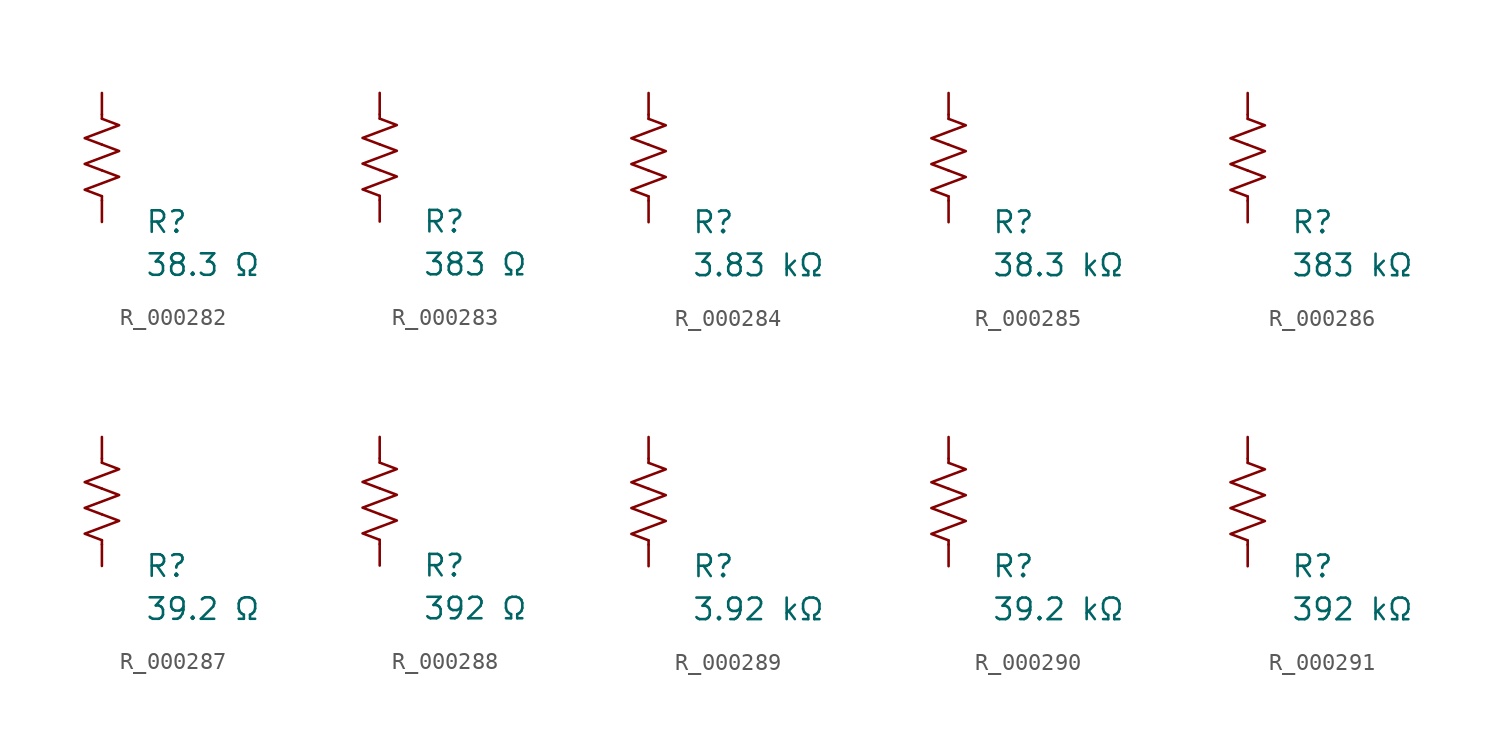
<source format=kicad_sym>
(kicad_symbol_lib
  (version 20231120)
  (generator "kicad_symbol_editor")
  (generator_version "8.0")
  (symbol "R_000282"
    (pin_numbers hide)
    (pin_names
      (offset 0))
    (property "Reference" "R"
      (at 2.54 -3.81 0)
      (effects (font (size 1.27 1.27)) (justify left))
      (show_name no))
    (property "Value" "38.3 Ω"
      (at 2.54 -6.35 0)
      (effects (font (size 1.27 1.27)) (justify left))
      (show_name no))
    (symbol "R_000282_0_1"
      (polyline (pts (xy 0 -2.286) (xy 0 -2.54)) (stroke (width 0) (type default)) (fill (type none)))
      (polyline (pts (xy 0 2.286) (xy 0 2.54)) (stroke (width 0) (type default)) (fill (type none)))
      (polyline (pts (xy 0 -0.762) (xy 1.016 -1.143) (xy 0 -1.524) (xy -1.016 -1.905) (xy 0 -2.286)) (stroke (width 0) (type default)) (fill (type none)))
      (polyline (pts (xy 0 0.762) (xy 1.016 0.381) (xy 0 0) (xy -1.016 -0.381) (xy 0 -0.762)) (stroke (width 0) (type default)) (fill (type none)))
      (polyline (pts (xy 0 2.286) (xy 1.016 1.905) (xy 0 1.524) (xy -1.016 1.143) (xy 0 0.762)) (stroke (width 0) (type default)) (fill (type none))))
    (symbol "R_000282_1_1"
      (pin passive line (at 0 3.81 270) (length 1.27) (name "~" (effects (font (size 1.27 1.27)))) (number "1" (effects (font (size 1.27 1.27)))))
      (pin passive line (at 0 -3.81 90) (length 1.27) (name "~" (effects (font (size 1.27 1.27)))) (number "2" (effects (font (size 1.27 1.27)))))))
  (symbol "R_000283"
    (pin_numbers hide)
    (pin_names
      (offset 0))
    (property "Reference" "R"
      (at 2.54 -3.81 0)
      (effects (font (size 1.27 1.27)) (justify left))
      (show_name no))
    (property "Value" "383 Ω"
      (at 2.54 -6.35 0)
      (effects (font (size 1.27 1.27)) (justify left))
      (show_name no))
    (symbol "R_000283_0_1"
      (polyline (pts (xy 0 -2.286) (xy 0 -2.54)) (stroke (width 0) (type default)) (fill (type none)))
      (polyline (pts (xy 0 2.286) (xy 0 2.54)) (stroke (width 0) (type default)) (fill (type none)))
      (polyline (pts (xy 0 -0.762) (xy 1.016 -1.143) (xy 0 -1.524) (xy -1.016 -1.905) (xy 0 -2.286)) (stroke (width 0) (type default)) (fill (type none)))
      (polyline (pts (xy 0 0.762) (xy 1.016 0.381) (xy 0 0) (xy -1.016 -0.381) (xy 0 -0.762)) (stroke (width 0) (type default)) (fill (type none)))
      (polyline (pts (xy 0 2.286) (xy 1.016 1.905) (xy 0 1.524) (xy -1.016 1.143) (xy 0 0.762)) (stroke (width 0) (type default)) (fill (type none))))
    (symbol "R_000283_1_1"
      (pin passive line (at 0 3.81 270) (length 1.27) (name "~" (effects (font (size 1.27 1.27)))) (number "1" (effects (font (size 1.27 1.27)))))
      (pin passive line (at 0 -3.81 90) (length 1.27) (name "~" (effects (font (size 1.27 1.27)))) (number "2" (effects (font (size 1.27 1.27)))))))
  (symbol "R_000284"
    (pin_numbers hide)
    (pin_names
      (offset 0))
    (property "Reference" "R"
      (at 2.54 -3.81 0)
      (effects (font (size 1.27 1.27)) (justify left))
      (show_name no))
    (property "Value" "3.83 kΩ"
      (at 2.54 -6.35 0)
      (effects (font (size 1.27 1.27)) (justify left))
      (show_name no))
    (symbol "R_000284_0_1"
      (polyline (pts (xy 0 -2.286) (xy 0 -2.54)) (stroke (width 0) (type default)) (fill (type none)))
      (polyline (pts (xy 0 2.286) (xy 0 2.54)) (stroke (width 0) (type default)) (fill (type none)))
      (polyline (pts (xy 0 -0.762) (xy 1.016 -1.143) (xy 0 -1.524) (xy -1.016 -1.905) (xy 0 -2.286)) (stroke (width 0) (type default)) (fill (type none)))
      (polyline (pts (xy 0 0.762) (xy 1.016 0.381) (xy 0 0) (xy -1.016 -0.381) (xy 0 -0.762)) (stroke (width 0) (type default)) (fill (type none)))
      (polyline (pts (xy 0 2.286) (xy 1.016 1.905) (xy 0 1.524) (xy -1.016 1.143) (xy 0 0.762)) (stroke (width 0) (type default)) (fill (type none))))
    (symbol "R_000284_1_1"
      (pin passive line (at 0 3.81 270) (length 1.27) (name "~" (effects (font (size 1.27 1.27)))) (number "1" (effects (font (size 1.27 1.27)))))
      (pin passive line (at 0 -3.81 90) (length 1.27) (name "~" (effects (font (size 1.27 1.27)))) (number "2" (effects (font (size 1.27 1.27)))))))
  (symbol "R_000285"
    (pin_numbers hide)
    (pin_names
      (offset 0))
    (property "Reference" "R"
      (at 2.54 -3.81 0)
      (effects (font (size 1.27 1.27)) (justify left))
      (show_name no))
    (property "Value" "38.3 kΩ"
      (at 2.54 -6.35 0)
      (effects (font (size 1.27 1.27)) (justify left))
      (show_name no))
    (symbol "R_000285_0_1"
      (polyline (pts (xy 0 -2.286) (xy 0 -2.54)) (stroke (width 0) (type default)) (fill (type none)))
      (polyline (pts (xy 0 2.286) (xy 0 2.54)) (stroke (width 0) (type default)) (fill (type none)))
      (polyline (pts (xy 0 -0.762) (xy 1.016 -1.143) (xy 0 -1.524) (xy -1.016 -1.905) (xy 0 -2.286)) (stroke (width 0) (type default)) (fill (type none)))
      (polyline (pts (xy 0 0.762) (xy 1.016 0.381) (xy 0 0) (xy -1.016 -0.381) (xy 0 -0.762)) (stroke (width 0) (type default)) (fill (type none)))
      (polyline (pts (xy 0 2.286) (xy 1.016 1.905) (xy 0 1.524) (xy -1.016 1.143) (xy 0 0.762)) (stroke (width 0) (type default)) (fill (type none))))
    (symbol "R_000285_1_1"
      (pin passive line (at 0 3.81 270) (length 1.27) (name "~" (effects (font (size 1.27 1.27)))) (number "1" (effects (font (size 1.27 1.27)))))
      (pin passive line (at 0 -3.81 90) (length 1.27) (name "~" (effects (font (size 1.27 1.27)))) (number "2" (effects (font (size 1.27 1.27)))))))
  (symbol "R_000286"
    (pin_numbers hide)
    (pin_names
      (offset 0))
    (property "Reference" "R"
      (at 2.54 -3.81 0)
      (effects (font (size 1.27 1.27)) (justify left))
      (show_name no))
    (property "Value" "383 kΩ"
      (at 2.54 -6.35 0)
      (effects (font (size 1.27 1.27)) (justify left))
      (show_name no))
    (symbol "R_000286_0_1"
      (polyline (pts (xy 0 -2.286) (xy 0 -2.54)) (stroke (width 0) (type default)) (fill (type none)))
      (polyline (pts (xy 0 2.286) (xy 0 2.54)) (stroke (width 0) (type default)) (fill (type none)))
      (polyline (pts (xy 0 -0.762) (xy 1.016 -1.143) (xy 0 -1.524) (xy -1.016 -1.905) (xy 0 -2.286)) (stroke (width 0) (type default)) (fill (type none)))
      (polyline (pts (xy 0 0.762) (xy 1.016 0.381) (xy 0 0) (xy -1.016 -0.381) (xy 0 -0.762)) (stroke (width 0) (type default)) (fill (type none)))
      (polyline (pts (xy 0 2.286) (xy 1.016 1.905) (xy 0 1.524) (xy -1.016 1.143) (xy 0 0.762)) (stroke (width 0) (type default)) (fill (type none))))
    (symbol "R_000286_1_1"
      (pin passive line (at 0 3.81 270) (length 1.27) (name "~" (effects (font (size 1.27 1.27)))) (number "1" (effects (font (size 1.27 1.27)))))
      (pin passive line (at 0 -3.81 90) (length 1.27) (name "~" (effects (font (size 1.27 1.27)))) (number "2" (effects (font (size 1.27 1.27)))))))
  (symbol "R_000287"
    (pin_numbers hide)
    (pin_names
      (offset 0))
    (property "Reference" "R"
      (at 2.54 -3.81 0)
      (effects (font (size 1.27 1.27)) (justify left))
      (show_name no))
    (property "Value" "39.2 Ω"
      (at 2.54 -6.35 0)
      (effects (font (size 1.27 1.27)) (justify left))
      (show_name no))
    (symbol "R_000287_0_1"
      (polyline (pts (xy 0 -2.286) (xy 0 -2.54)) (stroke (width 0) (type default)) (fill (type none)))
      (polyline (pts (xy 0 2.286) (xy 0 2.54)) (stroke (width 0) (type default)) (fill (type none)))
      (polyline (pts (xy 0 -0.762) (xy 1.016 -1.143) (xy 0 -1.524) (xy -1.016 -1.905) (xy 0 -2.286)) (stroke (width 0) (type default)) (fill (type none)))
      (polyline (pts (xy 0 0.762) (xy 1.016 0.381) (xy 0 0) (xy -1.016 -0.381) (xy 0 -0.762)) (stroke (width 0) (type default)) (fill (type none)))
      (polyline (pts (xy 0 2.286) (xy 1.016 1.905) (xy 0 1.524) (xy -1.016 1.143) (xy 0 0.762)) (stroke (width 0) (type default)) (fill (type none))))
    (symbol "R_000287_1_1"
      (pin passive line (at 0 3.81 270) (length 1.27) (name "~" (effects (font (size 1.27 1.27)))) (number "1" (effects (font (size 1.27 1.27)))))
      (pin passive line (at 0 -3.81 90) (length 1.27) (name "~" (effects (font (size 1.27 1.27)))) (number "2" (effects (font (size 1.27 1.27)))))))
  (symbol "R_000288"
    (pin_numbers hide)
    (pin_names
      (offset 0))
    (property "Reference" "R"
      (at 2.54 -3.81 0)
      (effects (font (size 1.27 1.27)) (justify left))
      (show_name no))
    (property "Value" "392 Ω"
      (at 2.54 -6.35 0)
      (effects (font (size 1.27 1.27)) (justify left))
      (show_name no))
    (symbol "R_000288_0_1"
      (polyline (pts (xy 0 -2.286) (xy 0 -2.54)) (stroke (width 0) (type default)) (fill (type none)))
      (polyline (pts (xy 0 2.286) (xy 0 2.54)) (stroke (width 0) (type default)) (fill (type none)))
      (polyline (pts (xy 0 -0.762) (xy 1.016 -1.143) (xy 0 -1.524) (xy -1.016 -1.905) (xy 0 -2.286)) (stroke (width 0) (type default)) (fill (type none)))
      (polyline (pts (xy 0 0.762) (xy 1.016 0.381) (xy 0 0) (xy -1.016 -0.381) (xy 0 -0.762)) (stroke (width 0) (type default)) (fill (type none)))
      (polyline (pts (xy 0 2.286) (xy 1.016 1.905) (xy 0 1.524) (xy -1.016 1.143) (xy 0 0.762)) (stroke (width 0) (type default)) (fill (type none))))
    (symbol "R_000288_1_1"
      (pin passive line (at 0 3.81 270) (length 1.27) (name "~" (effects (font (size 1.27 1.27)))) (number "1" (effects (font (size 1.27 1.27)))))
      (pin passive line (at 0 -3.81 90) (length 1.27) (name "~" (effects (font (size 1.27 1.27)))) (number "2" (effects (font (size 1.27 1.27)))))))
  (symbol "R_000289"
    (pin_numbers hide)
    (pin_names
      (offset 0))
    (property "Reference" "R"
      (at 2.54 -3.81 0)
      (effects (font (size 1.27 1.27)) (justify left))
      (show_name no))
    (property "Value" "3.92 kΩ"
      (at 2.54 -6.35 0)
      (effects (font (size 1.27 1.27)) (justify left))
      (show_name no))
    (symbol "R_000289_0_1"
      (polyline (pts (xy 0 -2.286) (xy 0 -2.54)) (stroke (width 0) (type default)) (fill (type none)))
      (polyline (pts (xy 0 2.286) (xy 0 2.54)) (stroke (width 0) (type default)) (fill (type none)))
      (polyline (pts (xy 0 -0.762) (xy 1.016 -1.143) (xy 0 -1.524) (xy -1.016 -1.905) (xy 0 -2.286)) (stroke (width 0) (type default)) (fill (type none)))
      (polyline (pts (xy 0 0.762) (xy 1.016 0.381) (xy 0 0) (xy -1.016 -0.381) (xy 0 -0.762)) (stroke (width 0) (type default)) (fill (type none)))
      (polyline (pts (xy 0 2.286) (xy 1.016 1.905) (xy 0 1.524) (xy -1.016 1.143) (xy 0 0.762)) (stroke (width 0) (type default)) (fill (type none))))
    (symbol "R_000289_1_1"
      (pin passive line (at 0 3.81 270) (length 1.27) (name "~" (effects (font (size 1.27 1.27)))) (number "1" (effects (font (size 1.27 1.27)))))
      (pin passive line (at 0 -3.81 90) (length 1.27) (name "~" (effects (font (size 1.27 1.27)))) (number "2" (effects (font (size 1.27 1.27)))))))
  (symbol "R_000290"
    (pin_numbers hide)
    (pin_names
      (offset 0))
    (property "Reference" "R"
      (at 2.54 -3.81 0)
      (effects (font (size 1.27 1.27)) (justify left))
      (show_name no))
    (property "Value" "39.2 kΩ"
      (at 2.54 -6.35 0)
      (effects (font (size 1.27 1.27)) (justify left))
      (show_name no))
    (symbol "R_000290_0_1"
      (polyline (pts (xy 0 -2.286) (xy 0 -2.54)) (stroke (width 0) (type default)) (fill (type none)))
      (polyline (pts (xy 0 2.286) (xy 0 2.54)) (stroke (width 0) (type default)) (fill (type none)))
      (polyline (pts (xy 0 -0.762) (xy 1.016 -1.143) (xy 0 -1.524) (xy -1.016 -1.905) (xy 0 -2.286)) (stroke (width 0) (type default)) (fill (type none)))
      (polyline (pts (xy 0 0.762) (xy 1.016 0.381) (xy 0 0) (xy -1.016 -0.381) (xy 0 -0.762)) (stroke (width 0) (type default)) (fill (type none)))
      (polyline (pts (xy 0 2.286) (xy 1.016 1.905) (xy 0 1.524) (xy -1.016 1.143) (xy 0 0.762)) (stroke (width 0) (type default)) (fill (type none))))
    (symbol "R_000290_1_1"
      (pin passive line (at 0 3.81 270) (length 1.27) (name "~" (effects (font (size 1.27 1.27)))) (number "1" (effects (font (size 1.27 1.27)))))
      (pin passive line (at 0 -3.81 90) (length 1.27) (name "~" (effects (font (size 1.27 1.27)))) (number "2" (effects (font (size 1.27 1.27)))))))
  (symbol "R_000291"
    (pin_numbers hide)
    (pin_names
      (offset 0))
    (property "Reference" "R"
      (at 2.54 -3.81 0)
      (effects (font (size 1.27 1.27)) (justify left))
      (show_name no))
    (property "Value" "392 kΩ"
      (at 2.54 -6.35 0)
      (effects (font (size 1.27 1.27)) (justify left))
      (show_name no))
    (symbol "R_000291_0_1"
      (polyline (pts (xy 0 -2.286) (xy 0 -2.54)) (stroke (width 0) (type default)) (fill (type none)))
      (polyline (pts (xy 0 2.286) (xy 0 2.54)) (stroke (width 0) (type default)) (fill (type none)))
      (polyline (pts (xy 0 -0.762) (xy 1.016 -1.143) (xy 0 -1.524) (xy -1.016 -1.905) (xy 0 -2.286)) (stroke (width 0) (type default)) (fill (type none)))
      (polyline (pts (xy 0 0.762) (xy 1.016 0.381) (xy 0 0) (xy -1.016 -0.381) (xy 0 -0.762)) (stroke (width 0) (type default)) (fill (type none)))
      (polyline (pts (xy 0 2.286) (xy 1.016 1.905) (xy 0 1.524) (xy -1.016 1.143) (xy 0 0.762)) (stroke (width 0) (type default)) (fill (type none))))
    (symbol "R_000291_1_1"
      (pin passive line (at 0 3.81 270) (length 1.27) (name "~" (effects (font (size 1.27 1.27)))) (number "1" (effects (font (size 1.27 1.27)))))
      (pin passive line (at 0 -3.81 90) (length 1.27) (name "~" (effects (font (size 1.27 1.27)))) (number "2" (effects (font (size 1.27 1.27))))))))
</source>
